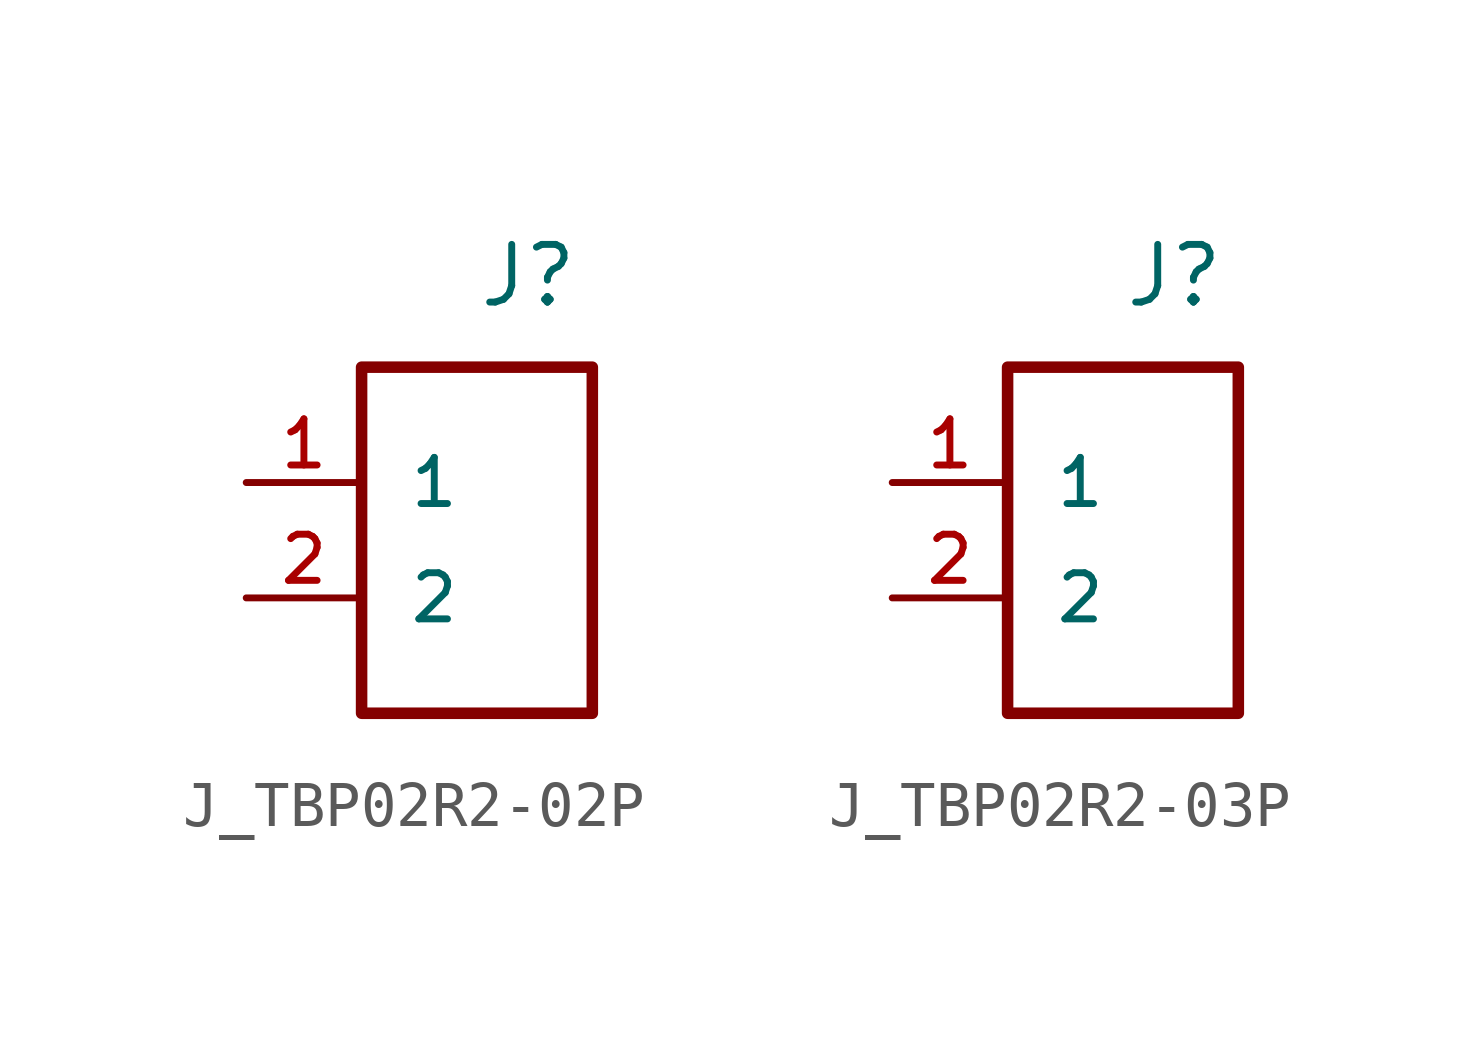
<source format=kicad_sym>
(kicad_symbol_lib
  (version 20231120)
  (generator "kicad_symbol_editor")
  (generator_version "8.0")
  (symbol "J_TBP02R2-02P"
    (pin_names
      (offset 1.016))
    (property "Reference" "J"
      (at 0 5.08 0)
      (effects (font (size 1.27 1.27)) (justify left bottom)))
    (symbol "J_TBP02R2-02P_0_0"
      (pin passive line (at -5.08 1.27 0) (length 2.54) (name "1" (effects (font (size 1.016 1.016)))) (number "1" (effects (font (size 1.016 1.016)))))
      (pin passive line (at -5.08 -1.27 0) (length 2.54) (name "2" (effects (font (size 1.016 1.016)))) (number "2" (effects (font (size 1.016 1.016))))))
    (symbol "J_TBP02R2-02P_1_0"
      (rectangle (start -2.54 3.81) (end 2.54 -3.81) (stroke (width 0.254) (type solid)) (fill (type none)))))
  (symbol "J_TBP02R2-03P"
    (pin_names
      (offset 1.016))
    (property "Reference" "J"
      (at 0 5.08 0)
      (effects (font (size 1.27 1.27)) (justify left bottom)))
    (symbol "J_TBP02R2-03P_0_0"
      (pin passive line (at -5.08 1.27 0) (length 2.54) (name "1" (effects (font (size 1.016 1.016)))) (number "1" (effects (font (size 1.016 1.016)))))
      (pin passive line (at -5.08 -1.27 0) (length 2.54) (name "2" (effects (font (size 1.016 1.016)))) (number "2" (effects (font (size 1.016 1.016))))))
    (symbol "J_TBP02R2-03P_1_0"
      (rectangle (start -2.54 3.81) (end 2.54 -3.81) (stroke (width 0.254) (type solid)) (fill (type none))))))
</source>
